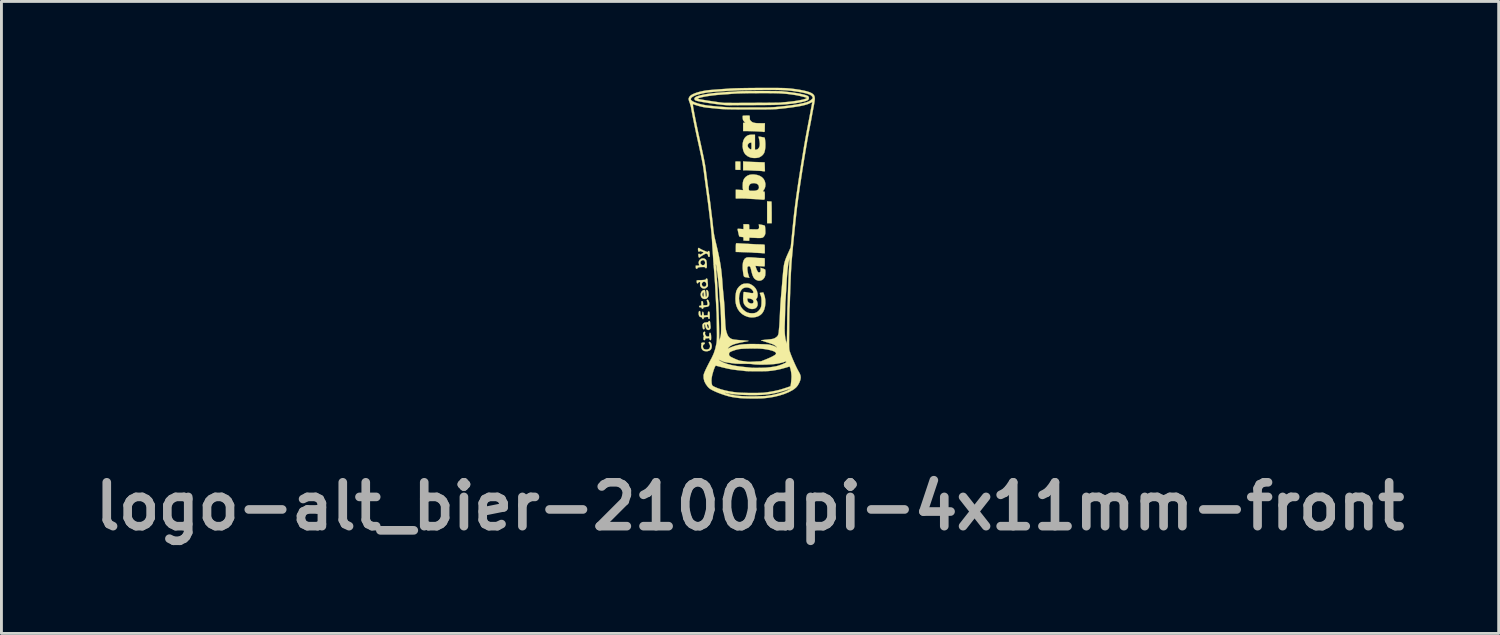
<source format=kicad_pcb>
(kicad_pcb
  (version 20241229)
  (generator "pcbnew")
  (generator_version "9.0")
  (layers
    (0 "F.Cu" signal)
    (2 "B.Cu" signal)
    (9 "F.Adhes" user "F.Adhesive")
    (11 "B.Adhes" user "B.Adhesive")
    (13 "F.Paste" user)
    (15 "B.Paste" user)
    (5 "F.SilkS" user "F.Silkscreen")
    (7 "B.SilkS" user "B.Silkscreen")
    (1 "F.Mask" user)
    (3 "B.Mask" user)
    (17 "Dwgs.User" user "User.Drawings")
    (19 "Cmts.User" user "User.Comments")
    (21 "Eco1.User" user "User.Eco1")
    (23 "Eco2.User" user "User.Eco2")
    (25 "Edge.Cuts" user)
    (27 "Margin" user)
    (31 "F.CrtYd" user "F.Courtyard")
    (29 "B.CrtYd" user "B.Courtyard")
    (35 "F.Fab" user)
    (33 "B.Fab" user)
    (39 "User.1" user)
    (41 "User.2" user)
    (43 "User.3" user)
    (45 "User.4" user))
  (footprint "logo-alt_bier-2100dpi-4x11mm-front"
    (layer "F.Cu")
    (at 23.062 5.393)
    (property "Reference" "logo-alt_bier-2100dpi-4x11mm-front" (at -0.05 9.15 0) (layer "F.Fab") (effects (font (size 1.524 1.524) (thickness 0.3))))
    (attr through_hole)
    (fp_poly (pts (xy 0.614 -1.444) (xy 0.653 -1.442) (xy 0.682 -1.441) (xy 0.692 -1.44) (xy 0.695 -1.428) (xy 0.697 -1.395) (xy 0.698 -1.344) (xy 0.7 -1.277) (xy 0.701 -1.197) (xy 0.701 -1.108) (xy 0.702 -1.064) (xy 0.702 -0.689) (xy 0.544 -0.689) (xy 0.544 -1.447) (xy 0.614 -1.444)) (stroke (width 0.01) (type solid)) (fill yes) (layer "F.SilkS"))
    (fp_poly (pts (xy -0.472 -2.832) (xy -0.387 -2.828) (xy -0.387 -2.54) (xy -0.472 -2.54) (xy -0.521 -2.542) (xy -0.549 -2.547) (xy -0.557 -2.555) (xy -0.557 -2.579) (xy -0.557 -2.619) (xy -0.558 -2.668) (xy -0.558 -2.719) (xy -0.558 -2.765) (xy -0.558 -2.801) (xy -0.557 -2.818) (xy -0.552 -2.828) (xy -0.536 -2.833) (xy -0.503 -2.833) (xy -0.472 -2.832)) (stroke (width 0.01) (type solid)) (fill yes) (layer "F.SilkS"))
    (fp_poly (pts (xy -0.178 -2.826) (xy -0.131 -2.823) (xy -0.066 -2.82) (xy 0.012 -2.817) (xy 0.097 -2.814) (xy 0.183 -2.811) (xy 0.194 -2.811) (xy 0.27 -2.808) (xy 0.338 -2.806) (xy 0.393 -2.804) (xy 0.433 -2.803) (xy 0.453 -2.802) (xy 0.455 -2.802) (xy 0.456 -2.79) (xy 0.458 -2.758) (xy 0.46 -2.712) (xy 0.462 -2.655) (xy 0.462 -2.646) (xy 0.467 -2.492) (xy 0.429 -2.492) (xy 0.401 -2.493) (xy 0.386 -2.497) (xy 0.385 -2.497) (xy 0.372 -2.5) (xy 0.339 -2.503) (xy 0.29 -2.506) (xy 0.23 -2.509) (xy 0.199 -2.51) (xy 0.13 -2.513) (xy 0.063 -2.516) (xy 0.007 -2.519) (xy -0.034 -2.521) (xy -0.042 -2.522) (xy -0.086 -2.524) (xy -0.141 -2.526) (xy -0.197 -2.527) (xy -0.29 -2.528) (xy -0.29 -2.834) (xy -0.178 -2.826)) (stroke (width 0.01) (type solid)) (fill yes) (layer "F.SilkS"))
    (fp_poly (pts (xy -1.455 3.437) (xy -1.427 3.454) (xy -1.403 3.487) (xy -1.386 3.532) (xy -1.379 3.58) (xy -1.379 3.583) (xy -1.388 3.651) (xy -1.414 3.704) (xy -1.459 3.739) (xy -1.52 3.758) (xy -1.566 3.762) (xy -1.628 3.756) (xy -1.673 3.74) (xy -1.677 3.738) (xy -1.713 3.704) (xy -1.738 3.656) (xy -1.749 3.604) (xy -1.745 3.563) (xy -1.739 3.531) (xy -1.742 3.508) (xy -1.743 3.506) (xy -1.746 3.485) (xy -1.728 3.469) (xy -1.692 3.46) (xy -1.674 3.459) (xy -1.64 3.461) (xy -1.625 3.468) (xy -1.621 3.483) (xy -1.621 3.484) (xy -1.632 3.508) (xy -1.65 3.519) (xy -1.676 3.54) (xy -1.688 3.574) (xy -1.688 3.614) (xy -1.675 3.652) (xy -1.651 3.681) (xy -1.641 3.687) (xy -1.589 3.703) (xy -1.536 3.702) (xy -1.489 3.686) (xy -1.469 3.671) (xy -1.446 3.633) (xy -1.438 3.584) (xy -1.447 3.535) (xy -1.465 3.503) (xy -1.481 3.473) (xy -1.481 3.45) (xy -1.468 3.437) (xy -1.455 3.437)) (stroke (width 0.01) (type solid)) (fill yes) (layer "F.SilkS"))
    (fp_poly (pts (xy -1.508 1.985) (xy -1.489 2.014) (xy -1.474 2.053) (xy -1.466 2.1) (xy -1.464 2.118) (xy -1.47 2.164) (xy -1.49 2.195) (xy -1.528 2.214) (xy -1.585 2.223) (xy -1.588 2.223) (xy -1.631 2.227) (xy -1.656 2.232) (xy -1.668 2.241) (xy -1.672 2.254) (xy -1.682 2.275) (xy -1.701 2.285) (xy -1.72 2.282) (xy -1.729 2.266) (xy -1.73 2.263) (xy -1.735 2.246) (xy -1.754 2.238) (xy -1.775 2.235) (xy -1.806 2.23) (xy -1.819 2.218) (xy -1.82 2.207) (xy -1.814 2.189) (xy -1.791 2.181) (xy -1.781 2.179) (xy -1.742 2.176) (xy -1.742 2.098) (xy -1.741 2.055) (xy -1.737 2.032) (xy -1.73 2.022) (xy -1.719 2.02) (xy -1.699 2.026) (xy -1.687 2.048) (xy -1.682 2.088) (xy -1.681 2.112) (xy -1.681 2.165) (xy -1.622 2.165) (xy -1.583 2.164) (xy -1.552 2.16) (xy -1.543 2.158) (xy -1.528 2.14) (xy -1.525 2.107) (xy -1.533 2.063) (xy -1.542 2.036) (xy -1.553 2) (xy -1.549 1.98) (xy -1.548 1.979) (xy -1.529 1.972) (xy -1.508 1.985)) (stroke (width 0.01) (type solid)) (fill yes) (layer "F.SilkS"))
    (fp_poly (pts (xy -1.621 1.641) (xy -1.611 1.668) (xy -1.605 1.715) (xy -1.602 1.754) (xy -1.597 1.805) (xy -1.592 1.845) (xy -1.587 1.869) (xy -1.583 1.875) (xy -1.571 1.865) (xy -1.559 1.849) (xy -1.552 1.818) (xy -1.553 1.77) (xy -1.562 1.702) (xy -1.568 1.671) (xy -1.571 1.644) (xy -1.565 1.634) (xy -1.547 1.635) (xy -1.523 1.65) (xy -1.505 1.685) (xy -1.493 1.736) (xy -1.489 1.788) (xy -1.497 1.848) (xy -1.523 1.896) (xy -1.561 1.93) (xy -1.608 1.946) (xy -1.661 1.943) (xy -1.696 1.928) (xy -1.734 1.895) (xy -1.757 1.849) (xy -1.766 1.796) (xy -1.764 1.779) (xy -1.711 1.779) (xy -1.71 1.806) (xy -1.7 1.832) (xy -1.684 1.865) (xy -1.671 1.873) (xy -1.662 1.858) (xy -1.657 1.82) (xy -1.657 1.797) (xy -1.659 1.747) (xy -1.666 1.718) (xy -1.677 1.712) (xy -1.692 1.73) (xy -1.7 1.747) (xy -1.711 1.779) (xy -1.764 1.779) (xy -1.76 1.743) (xy -1.74 1.695) (xy -1.705 1.658) (xy -1.694 1.651) (xy -1.659 1.635) (xy -1.636 1.631) (xy -1.621 1.641)) (stroke (width 0.01) (type solid)) (fill yes) (layer "F.SilkS"))
    (fp_poly (pts (xy -1.614 3.088) (xy -1.61 3.102) (xy -1.614 3.128) (xy -1.616 3.161) (xy -1.607 3.189) (xy -1.59 3.213) (xy -1.566 3.24) (xy -1.544 3.251) (xy -1.514 3.251) (xy -1.47 3.248) (xy -1.466 3.184) (xy -1.462 3.146) (xy -1.455 3.127) (xy -1.443 3.121) (xy -1.44 3.121) (xy -1.424 3.129) (xy -1.413 3.156) (xy -1.406 3.202) (xy -1.403 3.27) (xy -1.403 3.293) (xy -1.404 3.336) (xy -1.407 3.361) (xy -1.414 3.372) (xy -1.427 3.375) (xy -1.428 3.375) (xy -1.448 3.366) (xy -1.459 3.339) (xy -1.46 3.337) (xy -1.467 3.312) (xy -1.481 3.304) (xy -1.503 3.307) (xy -1.543 3.312) (xy -1.574 3.314) (xy -1.599 3.318) (xy -1.608 3.333) (xy -1.609 3.344) (xy -1.615 3.368) (xy -1.631 3.375) (xy -1.654 3.371) (xy -1.661 3.367) (xy -1.667 3.348) (xy -1.669 3.318) (xy -1.667 3.286) (xy -1.661 3.26) (xy -1.655 3.251) (xy -1.649 3.241) (xy -1.66 3.218) (xy -1.661 3.217) (xy -1.679 3.178) (xy -1.681 3.14) (xy -1.67 3.107) (xy -1.647 3.088) (xy -1.629 3.084) (xy -1.614 3.088)) (stroke (width 0.01) (type solid)) (fill yes) (layer "F.SilkS"))
    (fp_poly (pts (xy -0.479 0.01) (xy -0.433 0.013) (xy -0.421 0.014) (xy -0.373 0.017) (xy -0.309 0.021) (xy -0.235 0.025) (xy -0.158 0.029) (xy -0.128 0.03) (xy -0.059 0.034) (xy 0.004 0.037) (xy 0.056 0.04) (xy 0.092 0.042) (xy 0.103 0.043) (xy 0.129 0.045) (xy 0.173 0.047) (xy 0.229 0.048) (xy 0.291 0.05) (xy 0.294 0.05) (xy 0.352 0.051) (xy 0.402 0.054) (xy 0.438 0.058) (xy 0.455 0.063) (xy 0.455 0.063) (xy 0.458 0.079) (xy 0.46 0.114) (xy 0.462 0.163) (xy 0.462 0.216) (xy 0.462 0.357) (xy 0.431 0.358) (xy 0.406 0.358) (xy 0.396 0.356) (xy 0.383 0.354) (xy 0.351 0.351) (xy 0.303 0.348) (xy 0.245 0.345) (xy 0.223 0.344) (xy 0.159 0.341) (xy 0.102 0.338) (xy 0.057 0.335) (xy 0.029 0.332) (xy 0.025 0.332) (xy 0.004 0.33) (xy -0.036 0.328) (xy -0.093 0.325) (xy -0.163 0.323) (xy -0.24 0.32) (xy -0.275 0.319) (xy -0.544 0.311) (xy -0.544 0.162) (xy -0.543 0.092) (xy -0.54 0.042) (xy -0.535 0.015) (xy -0.531 0.01) (xy -0.514 0.009) (xy -0.479 0.01)) (stroke (width 0.01) (type solid)) (fill yes) (layer "F.SilkS"))
    (fp_poly (pts (xy -0.086 -4.428) (xy -0.082 -4.428) (xy -0.07 -4.423) (xy -0.063 -4.409) (xy -0.061 -4.377) (xy -0.06 -4.353) (xy -0.059 -4.31) (xy -0.053 -4.282) (xy -0.039 -4.259) (xy -0.015 -4.234) (xy 0.016 -4.207) (xy 0.052 -4.188) (xy 0.098 -4.175) (xy 0.156 -4.166) (xy 0.231 -4.162) (xy 0.312 -4.161) (xy 0.466 -4.161) (xy 0.463 -4.037) (xy 0.462 -3.982) (xy 0.461 -3.933) (xy 0.461 -3.898) (xy 0.46 -3.886) (xy 0.453 -3.864) (xy 0.431 -3.858) (xy 0.407 -3.86) (xy 0.398 -3.863) (xy 0.385 -3.866) (xy 0.351 -3.869) (xy 0.301 -3.872) (xy 0.239 -3.875) (xy 0.168 -3.879) (xy 0.094 -3.882) (xy 0.019 -3.885) (xy -0.052 -3.887) (xy -0.116 -3.888) (xy -0.166 -3.889) (xy -0.29 -3.889) (xy -0.29 -4.031) (xy -0.29 -4.173) (xy -0.213 -4.173) (xy -0.244 -4.206) (xy -0.27 -4.237) (xy -0.289 -4.266) (xy -0.29 -4.268) (xy -0.298 -4.293) (xy -0.303 -4.329) (xy -0.306 -4.368) (xy -0.306 -4.401) (xy -0.302 -4.419) (xy -0.301 -4.42) (xy -0.288 -4.422) (xy -0.257 -4.424) (xy -0.215 -4.426) (xy -0.168 -4.428) (xy -0.123 -4.428) (xy -0.086 -4.428)) (stroke (width 0.01) (type solid)) (fill yes) (layer "F.SilkS"))
    (fp_poly (pts (xy -1.452 2.713) (xy -1.444 2.726) (xy -1.438 2.755) (xy -1.435 2.785) (xy -1.43 2.835) (xy -1.424 2.883) (xy -1.42 2.909) (xy -1.422 2.956) (xy -1.439 2.993) (xy -1.468 3.016) (xy -1.502 3.024) (xy -1.538 3.012) (xy -1.558 2.996) (xy -1.586 2.952) (xy -1.604 2.897) (xy -1.609 2.852) (xy -1.611 2.838) (xy -1.548 2.838) (xy -1.545 2.871) (xy -1.545 2.873) (xy -1.536 2.914) (xy -1.522 2.944) (xy -1.506 2.96) (xy -1.491 2.96) (xy -1.48 2.941) (xy -1.478 2.93) (xy -1.48 2.9) (xy -1.491 2.865) (xy -1.508 2.836) (xy -1.526 2.819) (xy -1.531 2.818) (xy -1.543 2.822) (xy -1.548 2.838) (xy -1.611 2.838) (xy -1.612 2.829) (xy -1.624 2.825) (xy -1.628 2.826) (xy -1.64 2.836) (xy -1.643 2.857) (xy -1.64 2.89) (xy -1.635 2.929) (xy -1.631 2.961) (xy -1.63 2.969) (xy -1.635 2.99) (xy -1.653 2.997) (xy -1.672 2.995) (xy -1.685 2.979) (xy -1.692 2.955) (xy -1.705 2.885) (xy -1.699 2.831) (xy -1.674 2.792) (xy -1.631 2.768) (xy -1.568 2.758) (xy -1.554 2.758) (xy -1.52 2.755) (xy -1.502 2.746) (xy -1.496 2.734) (xy -1.481 2.713) (xy -1.466 2.709) (xy -1.452 2.713)) (stroke (width 0.01) (type solid)) (fill yes) (layer "F.SilkS"))
    (fp_poly (pts (xy -1.789 2.369) (xy -1.78 2.396) (xy -1.778 2.427) (xy -1.773 2.477) (xy -1.76 2.512) (xy -1.74 2.527) (xy -1.736 2.528) (xy -1.725 2.52) (xy -1.718 2.493) (xy -1.715 2.458) (xy -1.711 2.417) (xy -1.704 2.395) (xy -1.693 2.389) (xy -1.68 2.399) (xy -1.669 2.431) (xy -1.664 2.453) (xy -1.653 2.517) (xy -1.586 2.513) (xy -1.518 2.51) (xy -1.514 2.446) (xy -1.511 2.408) (xy -1.504 2.389) (xy -1.492 2.383) (xy -1.488 2.383) (xy -1.473 2.386) (xy -1.462 2.399) (xy -1.455 2.424) (xy -1.452 2.467) (xy -1.451 2.529) (xy -1.452 2.58) (xy -1.454 2.612) (xy -1.458 2.629) (xy -1.466 2.636) (xy -1.476 2.637) (xy -1.495 2.629) (xy -1.5 2.607) (xy -1.502 2.585) (xy -1.512 2.573) (xy -1.535 2.569) (xy -1.576 2.571) (xy -1.588 2.573) (xy -1.627 2.578) (xy -1.648 2.585) (xy -1.657 2.597) (xy -1.659 2.611) (xy -1.67 2.639) (xy -1.686 2.647) (xy -1.703 2.634) (xy -1.711 2.613) (xy -1.721 2.587) (xy -1.74 2.577) (xy -1.753 2.576) (xy -1.786 2.568) (xy -1.808 2.552) (xy -1.824 2.521) (xy -1.834 2.478) (xy -1.836 2.433) (xy -1.831 2.394) (xy -1.823 2.378) (xy -1.804 2.362) (xy -1.789 2.369)) (stroke (width 0.01) (type solid)) (fill yes) (layer "F.SilkS"))
    (fp_poly (pts (xy -1.652 0.538) (xy -1.607 0.559) (xy -1.577 0.591) (xy -1.567 0.617) (xy -1.56 0.658) (xy -1.555 0.708) (xy -1.552 0.761) (xy -1.552 0.81) (xy -1.556 0.848) (xy -1.562 0.867) (xy -1.582 0.876) (xy -1.601 0.869) (xy -1.609 0.851) (xy -1.615 0.842) (xy -1.638 0.836) (xy -1.68 0.835) (xy -1.686 0.835) (xy -1.767 0.837) (xy -1.824 0.843) (xy -1.86 0.854) (xy -1.874 0.869) (xy -1.875 0.873) (xy -1.884 0.89) (xy -1.905 0.896) (xy -1.927 0.888) (xy -1.927 0.887) (xy -1.932 0.871) (xy -1.935 0.84) (xy -1.935 0.833) (xy -1.935 0.786) (xy -1.873 0.786) (xy -1.837 0.785) (xy -1.82 0.781) (xy -1.816 0.771) (xy -1.819 0.759) (xy -1.831 0.71) (xy -1.834 0.683) (xy -1.778 0.683) (xy -1.768 0.718) (xy -1.741 0.75) (xy -1.708 0.77) (xy -1.688 0.774) (xy -1.656 0.766) (xy -1.633 0.75) (xy -1.614 0.716) (xy -1.611 0.674) (xy -1.623 0.633) (xy -1.649 0.602) (xy -1.65 0.602) (xy -1.682 0.593) (xy -1.718 0.602) (xy -1.75 0.625) (xy -1.772 0.656) (xy -1.778 0.683) (xy -1.834 0.683) (xy -1.834 0.674) (xy -1.828 0.642) (xy -1.822 0.625) (xy -1.792 0.579) (xy -1.75 0.549) (xy -1.702 0.535) (xy -1.652 0.538)) (stroke (width 0.01) (type solid)) (fill yes) (layer "F.SilkS"))
    (fp_poly (pts (xy -1.541 1.242) (xy -1.532 1.257) (xy -1.527 1.288) (xy -1.526 1.3) (xy -1.523 1.349) (xy -1.518 1.405) (xy -1.516 1.43) (xy -1.513 1.471) (xy -1.517 1.497) (xy -1.529 1.518) (xy -1.552 1.542) (xy -1.6 1.575) (xy -1.651 1.585) (xy -1.706 1.571) (xy -1.725 1.56) (xy -1.766 1.521) (xy -1.786 1.469) (xy -1.786 1.43) (xy -1.73 1.43) (xy -1.72 1.471) (xy -1.696 1.502) (xy -1.664 1.52) (xy -1.628 1.521) (xy -1.595 1.504) (xy -1.59 1.499) (xy -1.571 1.464) (xy -1.569 1.424) (xy -1.581 1.386) (xy -1.605 1.357) (xy -1.638 1.343) (xy -1.645 1.343) (xy -1.679 1.353) (xy -1.71 1.38) (xy -1.728 1.415) (xy -1.73 1.43) (xy -1.786 1.43) (xy -1.786 1.409) (xy -1.782 1.376) (xy -1.785 1.36) (xy -1.798 1.355) (xy -1.81 1.355) (xy -1.838 1.363) (xy -1.847 1.379) (xy -1.861 1.399) (xy -1.875 1.403) (xy -1.891 1.395) (xy -1.9 1.37) (xy -1.902 1.358) (xy -1.904 1.326) (xy -1.903 1.305) (xy -1.903 1.303) (xy -1.889 1.298) (xy -1.858 1.295) (xy -1.834 1.294) (xy -1.788 1.293) (xy -1.731 1.29) (xy -1.677 1.286) (xy -1.63 1.282) (xy -1.602 1.276) (xy -1.588 1.269) (xy -1.585 1.257) (xy -1.584 1.255) (xy -1.578 1.238) (xy -1.557 1.236) (xy -1.541 1.242)) (stroke (width 0.01) (type solid)) (fill yes) (layer "F.SilkS"))
    (fp_poly (pts (xy -1.818 0.174) (xy -1.806 0.186) (xy -1.792 0.196) (xy -1.761 0.213) (xy -1.719 0.234) (xy -1.67 0.257) (xy -1.621 0.278) (xy -1.577 0.297) (xy -1.543 0.31) (xy -1.525 0.314) (xy -1.513 0.305) (xy -1.512 0.296) (xy -1.502 0.281) (xy -1.489 0.278) (xy -1.471 0.287) (xy -1.459 0.315) (xy -1.453 0.363) (xy -1.451 0.42) (xy -1.452 0.457) (xy -1.456 0.476) (xy -1.466 0.482) (xy -1.479 0.482) (xy -1.498 0.474) (xy -1.507 0.452) (xy -1.51 0.434) (xy -1.516 0.401) (xy -1.534 0.382) (xy -1.549 0.375) (xy -1.567 0.369) (xy -1.585 0.369) (xy -1.608 0.377) (xy -1.641 0.394) (xy -1.682 0.418) (xy -1.726 0.445) (xy -1.761 0.469) (xy -1.782 0.486) (xy -1.786 0.492) (xy -1.802 0.506) (xy -1.814 0.508) (xy -1.829 0.501) (xy -1.838 0.479) (xy -1.843 0.452) (xy -1.846 0.417) (xy -1.845 0.391) (xy -1.844 0.386) (xy -1.826 0.375) (xy -1.805 0.381) (xy -1.795 0.393) (xy -1.787 0.401) (xy -1.771 0.399) (xy -1.742 0.385) (xy -1.731 0.379) (xy -1.691 0.355) (xy -1.67 0.339) (xy -1.669 0.327) (xy -1.685 0.316) (xy -1.712 0.304) (xy -1.76 0.285) (xy -1.79 0.279) (xy -1.802 0.287) (xy -1.802 0.29) (xy -1.812 0.3) (xy -1.825 0.302) (xy -1.842 0.296) (xy -1.852 0.272) (xy -1.855 0.255) (xy -1.858 0.219) (xy -1.856 0.192) (xy -1.855 0.188) (xy -1.839 0.171) (xy -1.818 0.174)) (stroke (width 0.01) (type solid)) (fill yes) (layer "F.SilkS"))
    (fp_poly (pts (xy -0.128 -0.652) (xy -0.096 -0.647) (xy -0.084 -0.64) (xy -0.083 -0.638) (xy -0.082 -0.618) (xy -0.081 -0.583) (xy -0.08 -0.55) (xy -0.079 -0.478) (xy 0.071 -0.474) (xy 0.135 -0.473) (xy 0.179 -0.473) (xy 0.209 -0.476) (xy 0.228 -0.481) (xy 0.242 -0.49) (xy 0.244 -0.492) (xy 0.258 -0.509) (xy 0.264 -0.53) (xy 0.263 -0.565) (xy 0.262 -0.581) (xy 0.255 -0.648) (xy 0.357 -0.631) (xy 0.416 -0.618) (xy 0.452 -0.606) (xy 0.466 -0.594) (xy 0.47 -0.574) (xy 0.474 -0.536) (xy 0.478 -0.486) (xy 0.48 -0.448) (xy 0.482 -0.389) (xy 0.482 -0.348) (xy 0.478 -0.318) (xy 0.47 -0.292) (xy 0.458 -0.266) (xy 0.437 -0.231) (xy 0.415 -0.206) (xy 0.387 -0.188) (xy 0.349 -0.178) (xy 0.298 -0.173) (xy 0.229 -0.173) (xy 0.163 -0.176) (xy 0.097 -0.179) (xy 0.037 -0.181) (xy -0.011 -0.184) (xy -0.042 -0.185) (xy -0.048 -0.186) (xy -0.067 -0.185) (xy -0.076 -0.174) (xy -0.079 -0.148) (xy -0.08 -0.133) (xy -0.081 -0.079) (xy -0.128 -0.079) (xy -0.173 -0.079) (xy -0.221 -0.082) (xy -0.227 -0.082) (xy -0.278 -0.086) (xy -0.278 -0.146) (xy -0.28 -0.182) (xy -0.286 -0.201) (xy -0.298 -0.206) (xy -0.299 -0.206) (xy -0.335 -0.209) (xy -0.373 -0.214) (xy -0.405 -0.221) (xy -0.424 -0.227) (xy -0.424 -0.228) (xy -0.429 -0.242) (xy -0.438 -0.273) (xy -0.448 -0.316) (xy -0.459 -0.364) (xy -0.47 -0.412) (xy -0.478 -0.452) (xy -0.483 -0.48) (xy -0.484 -0.487) (xy -0.473 -0.491) (xy -0.443 -0.492) (xy -0.4 -0.49) (xy -0.381 -0.489) (xy -0.278 -0.481) (xy -0.278 -0.653) (xy -0.181 -0.653) (xy -0.128 -0.652)) (stroke (width 0.01) (type solid)) (fill yes) (layer "F.SilkS"))
    (fp_poly (pts (xy 0.082 -3.763) (xy 0.121 -3.762) (xy 0.121 -3.242) (xy 0.156 -3.242) (xy 0.191 -3.249) (xy 0.221 -3.265) (xy 0.26 -3.31) (xy 0.283 -3.37) (xy 0.289 -3.446) (xy 0.279 -3.539) (xy 0.267 -3.598) (xy 0.257 -3.643) (xy 0.249 -3.678) (xy 0.247 -3.696) (xy 0.247 -3.698) (xy 0.259 -3.697) (xy 0.288 -3.693) (xy 0.328 -3.687) (xy 0.371 -3.679) (xy 0.411 -3.672) (xy 0.442 -3.665) (xy 0.455 -3.661) (xy 0.455 -3.661) (xy 0.462 -3.643) (xy 0.469 -3.606) (xy 0.475 -3.556) (xy 0.48 -3.498) (xy 0.483 -3.437) (xy 0.483 -3.43) (xy 0.481 -3.326) (xy 0.469 -3.233) (xy 0.45 -3.157) (xy 0.435 -3.12) (xy 0.397 -3.067) (xy 0.344 -3.019) (xy 0.283 -2.982) (xy 0.249 -2.969) (xy 0.179 -2.956) (xy 0.098 -2.952) (xy 0.019 -2.959) (xy -0.045 -2.974) (xy -0.133 -3.014) (xy -0.203 -3.069) (xy -0.255 -3.139) (xy -0.289 -3.226) (xy -0.306 -3.329) (xy -0.308 -3.357) (xy -0.307 -3.368) (xy -0.133 -3.368) (xy -0.114 -3.322) (xy -0.092 -3.295) (xy -0.062 -3.27) (xy -0.035 -3.255) (xy -0.025 -3.254) (xy -0.014 -3.255) (xy -0.007 -3.262) (xy -0.002 -3.279) (xy -0.000487 -3.311) (xy -0.000009 -3.362) (xy 0 -3.376) (xy -0.000433 -3.431) (xy -0.002 -3.467) (xy -0.006 -3.486) (xy -0.012 -3.492) (xy -0.019 -3.491) (xy -0.047 -3.484) (xy -0.056 -3.483) (xy -0.076 -3.475) (xy -0.101 -3.456) (xy -0.103 -3.454) (xy -0.13 -3.413) (xy -0.133 -3.368) (xy -0.307 -3.368) (xy -0.304 -3.467) (xy -0.282 -3.562) (xy -0.242 -3.64) (xy -0.204 -3.685) (xy -0.16 -3.721) (xy -0.112 -3.745) (xy -0.054 -3.759) (xy 0.019 -3.764) (xy 0.082 -3.763)) (stroke (width 0.01) (type solid)) (fill yes) (layer "F.SilkS"))
    (fp_poly (pts (xy 0.09 -2.38) (xy 0.196 -2.364) (xy 0.288 -2.332) (xy 0.364 -2.285) (xy 0.422 -2.224) (xy 0.462 -2.15) (xy 0.482 -2.064) (xy 0.484 -2.026) (xy 0.476 -1.949) (xy 0.453 -1.883) (xy 0.421 -1.835) (xy 0.401 -1.807) (xy 0.399 -1.792) (xy 0.416 -1.788) (xy 0.431 -1.789) (xy 0.445 -1.787) (xy 0.454 -1.774) (xy 0.459 -1.747) (xy 0.462 -1.702) (xy 0.462 -1.637) (xy 0.462 -1.634) (xy 0.462 -1.578) (xy 0.46 -1.539) (xy 0.452 -1.516) (xy 0.434 -1.505) (xy 0.402 -1.504) (xy 0.353 -1.508) (xy 0.308 -1.512) (xy 0.261 -1.516) (xy 0.196 -1.521) (xy 0.122 -1.525) (xy 0.046 -1.529) (xy 0.024 -1.53) (xy -0.042 -1.534) (xy -0.1 -1.537) (xy -0.146 -1.54) (xy -0.175 -1.542) (xy -0.181 -1.543) (xy -0.2 -1.544) (xy -0.237 -1.545) (xy -0.289 -1.546) (xy -0.35 -1.547) (xy -0.372 -1.547) (xy -0.544 -1.548) (xy -0.544 -1.853) (xy -0.416 -1.845) (xy -0.288 -1.836) (xy -0.296 -1.863) (xy -0.3 -1.886) (xy -0.303 -1.921) (xy -0.097 -1.921) (xy -0.095 -1.87) (xy -0.088 -1.839) (xy -0.072 -1.822) (xy -0.043 -1.814) (xy -0.008 -1.812) (xy 0.087 -1.812) (xy 0.16 -1.822) (xy 0.212 -1.843) (xy 0.229 -1.856) (xy 0.251 -1.886) (xy 0.259 -1.923) (xy 0.26 -1.94) (xy 0.25 -1.995) (xy 0.219 -2.037) (xy 0.17 -2.065) (xy 0.104 -2.079) (xy 0.072 -2.08) (xy 0.004 -2.072) (xy -0.047 -2.046) (xy -0.08 -2.004) (xy -0.095 -1.946) (xy -0.097 -1.921) (xy -0.303 -1.921) (xy -0.303 -1.927) (xy -0.305 -1.978) (xy -0.305 -2.007) (xy -0.3 -2.097) (xy -0.285 -2.169) (xy -0.257 -2.229) (xy -0.215 -2.281) (xy -0.196 -2.299) (xy -0.133 -2.343) (xy -0.061 -2.37) (xy 0.024 -2.381) (xy 0.09 -2.38)) (stroke (width 0.01) (type solid)) (fill yes) (layer "F.SilkS"))
    (fp_poly (pts (xy -0.035 0.5) (xy 0.011 0.502) (xy 0.069 0.506) (xy 0.118 0.509) (xy 0.154 0.512) (xy 0.17 0.515) (xy 0.17 0.515) (xy 0.184 0.517) (xy 0.218 0.519) (xy 0.265 0.521) (xy 0.318 0.522) (xy 0.38 0.524) (xy 0.421 0.526) (xy 0.446 0.53) (xy 0.458 0.537) (xy 0.46 0.544) (xy 0.461 0.563) (xy 0.461 0.601) (xy 0.461 0.65) (xy 0.461 0.689) (xy 0.46 0.746) (xy 0.459 0.783) (xy 0.455 0.804) (xy 0.449 0.813) (xy 0.439 0.814) (xy 0.439 0.814) (xy 0.419 0.813) (xy 0.381 0.81) (xy 0.329 0.807) (xy 0.277 0.804) (xy 0.136 0.795) (xy 0.165 0.885) (xy 0.183 0.932) (xy 0.204 0.974) (xy 0.222 1.002) (xy 0.224 1.003) (xy 0.246 1.022) (xy 0.266 1.025) (xy 0.284 1.018) (xy 0.302 1.007) (xy 0.313 0.989) (xy 0.317 0.959) (xy 0.316 0.912) (xy 0.316 0.905) (xy 0.313 0.86) (xy 0.389 0.885) (xy 0.43 0.9) (xy 0.461 0.915) (xy 0.475 0.924) (xy 0.48 0.945) (xy 0.483 0.983) (xy 0.483 1.03) (xy 0.481 1.079) (xy 0.477 1.124) (xy 0.471 1.152) (xy 0.446 1.207) (xy 0.406 1.256) (xy 0.363 1.288) (xy 0.297 1.31) (xy 0.231 1.308) (xy 0.172 1.287) (xy 0.129 1.261) (xy 0.094 1.228) (xy 0.065 1.183) (xy 0.039 1.125) (xy 0.015 1.049) (xy -0.006 0.962) (xy -0.017 0.914) (xy -0.029 0.871) (xy -0.038 0.844) (xy -0.059 0.813) (xy -0.088 0.803) (xy -0.119 0.815) (xy -0.123 0.818) (xy -0.136 0.833) (xy -0.143 0.851) (xy -0.144 0.879) (xy -0.142 0.924) (xy -0.142 0.931) (xy -0.134 0.99) (xy -0.121 1.057) (xy -0.105 1.117) (xy -0.074 1.212) (xy -0.101 1.205) (xy -0.128 1.2) (xy -0.168 1.194) (xy -0.191 1.19) (xy -0.222 1.186) (xy -0.244 1.178) (xy -0.26 1.163) (xy -0.271 1.138) (xy -0.28 1.098) (xy -0.289 1.039) (xy -0.293 1.007) (xy -0.306 0.877) (xy -0.306 0.765) (xy -0.294 0.672) (xy -0.269 0.599) (xy -0.233 0.545) (xy -0.185 0.512) (xy -0.161 0.504) (xy -0.131 0.5) (xy -0.091 0.498) (xy -0.035 0.5)) (stroke (width 0.01) (type solid)) (fill yes) (layer "F.SilkS"))
    (fp_poly (pts (xy -0.123 1.41) (xy -0.086 1.415) (xy -0.052 1.426) (xy -0.013 1.445) (xy -0.002 1.451) (xy 0.08 1.508) (xy 0.144 1.581) (xy 0.189 1.667) (xy 0.212 1.76) (xy 0.214 1.815) (xy 0.207 1.867) (xy 0.192 1.91) (xy 0.172 1.936) (xy 0.17 1.937) (xy 0.157 1.948) (xy 0.157 1.96) (xy 0.169 1.981) (xy 0.176 1.992) (xy 0.203 2.049) (xy 0.214 2.114) (xy 0.208 2.175) (xy 0.206 2.182) (xy 0.178 2.233) (xy 0.134 2.269) (xy 0.079 2.289) (xy 0.017 2.295) (xy -0.049 2.285) (xy -0.115 2.259) (xy -0.177 2.218) (xy -0.195 2.202) (xy -0.234 2.159) (xy -0.261 2.112) (xy -0.278 2.057) (xy -0.287 1.989) (xy -0.288 1.958) (xy -0.145 1.958) (xy -0.139 1.998) (xy -0.126 2.034) (xy -0.099 2.067) (xy -0.06 2.09) (xy -0.017 2.102) (xy 0.024 2.101) (xy 0.054 2.086) (xy 0.071 2.053) (xy 0.069 2.016) (xy 0.048 1.981) (xy 0.014 1.954) (xy -0.019 1.942) (xy -0.062 1.932) (xy -0.083 1.928) (xy -0.145 1.92) (xy -0.145 1.958) (xy -0.288 1.958) (xy -0.289 1.905) (xy -0.287 1.859) (xy -0.284 1.802) (xy -0.279 1.753) (xy -0.274 1.719) (xy -0.27 1.704) (xy -0.254 1.702) (xy -0.22 1.705) (xy -0.173 1.712) (xy -0.139 1.718) (xy -0.06 1.733) (xy -0.003 1.741) (xy 0.036 1.742) (xy 0.058 1.734) (xy 0.066 1.718) (xy 0.063 1.694) (xy 0.059 1.682) (xy 0.026 1.628) (xy -0.023 1.587) (xy -0.084 1.558) (xy -0.151 1.545) (xy -0.22 1.548) (xy -0.284 1.57) (xy -0.29 1.573) (xy -0.34 1.615) (xy -0.38 1.674) (xy -0.41 1.749) (xy -0.428 1.833) (xy -0.434 1.925) (xy -0.427 2.019) (xy -0.408 2.112) (xy -0.38 2.19) (xy -0.338 2.26) (xy -0.279 2.326) (xy -0.211 2.38) (xy -0.14 2.418) (xy -0.139 2.418) (xy -0.069 2.436) (xy 0.01 2.443) (xy 0.087 2.439) (xy 0.135 2.429) (xy 0.193 2.401) (xy 0.248 2.355) (xy 0.295 2.297) (xy 0.311 2.27) (xy 0.326 2.236) (xy 0.336 2.203) (xy 0.343 2.162) (xy 0.347 2.108) (xy 0.348 2.078) (xy 0.349 1.986) (xy 0.343 1.911) (xy 0.328 1.844) (xy 0.306 1.787) (xy 0.295 1.758) (xy 0.291 1.739) (xy 0.291 1.737) (xy 0.305 1.733) (xy 0.335 1.727) (xy 0.352 1.725) (xy 0.408 1.717) (xy 0.432 1.774) (xy 0.464 1.874) (xy 0.481 1.984) (xy 0.483 2.097) (xy 0.47 2.208) (xy 0.443 2.309) (xy 0.418 2.368) (xy 0.387 2.42) (xy 0.356 2.46) (xy 0.315 2.496) (xy 0.3 2.508) (xy 0.231 2.547) (xy 0.148 2.573) (xy 0.056 2.586) (xy -0.038 2.584) (xy -0.118 2.57) (xy -0.23 2.528) (xy -0.329 2.467) (xy -0.412 2.388) (xy -0.477 2.294) (xy -0.524 2.186) (xy -0.547 2.091) (xy -0.555 2.016) (xy -0.558 1.931) (xy -0.554 1.844) (xy -0.545 1.761) (xy -0.532 1.691) (xy -0.521 1.655) (xy -0.481 1.578) (xy -0.424 1.509) (xy -0.356 1.455) (xy -0.334 1.442) (xy -0.296 1.425) (xy -0.258 1.415) (xy -0.213 1.411) (xy -0.175 1.41) (xy -0.123 1.41)) (stroke (width 0.01) (type solid)) (fill yes) (layer "F.SilkS"))
    (fp_poly (pts (xy 0.5 -5.28) (xy 0.613 -5.28) (xy 0.719 -5.279) (xy 0.815 -5.278) (xy 0.899 -5.277) (xy 0.967 -5.276) (xy 1.017 -5.274) (xy 1.046 -5.273) (xy 1.214 -5.254) (xy 1.359 -5.237) (xy 1.482 -5.22) (xy 1.584 -5.205) (xy 1.666 -5.191) (xy 1.705 -5.182) (xy 1.797 -5.161) (xy 1.867 -5.142) (xy 1.919 -5.125) (xy 1.956 -5.108) (xy 1.979 -5.09) (xy 1.991 -5.07) (xy 1.995 -5.046) (xy 1.996 -5.038) (xy 1.991 -5.007) (xy 1.976 -4.982) (xy 1.947 -4.959) (xy 1.902 -4.939) (xy 1.84 -4.92) (xy 1.758 -4.9) (xy 1.697 -4.888) (xy 1.627 -4.874) (xy 1.559 -4.862) (xy 1.5 -4.853) (xy 1.455 -4.846) (xy 1.445 -4.845) (xy 1.399 -4.841) (xy 1.34 -4.834) (xy 1.277 -4.828) (xy 1.258 -4.826) (xy 1.194 -4.819) (xy 1.127 -4.814) (xy 1.056 -4.809) (xy 0.979 -4.805) (xy 0.893 -4.801) (xy 0.797 -4.798) (xy 0.687 -4.796) (xy 0.562 -4.794) (xy 0.42 -4.793) (xy 0.259 -4.792) (xy 0.075 -4.791) (xy 0.043 -4.791) (xy -0.091 -4.791) (xy -0.218 -4.79) (xy -0.336 -4.79) (xy -0.444 -4.789) (xy -0.538 -4.788) (xy -0.617 -4.787) (xy -0.679 -4.787) (xy -0.721 -4.786) (xy -0.742 -4.785) (xy -0.743 -4.785) (xy -0.765 -4.784) (xy -0.805 -4.785) (xy -0.857 -4.788) (xy -0.901 -4.791) (xy -0.978 -4.798) (xy -1.069 -4.808) (xy -1.17 -4.82) (xy -1.278 -4.834) (xy -1.389 -4.85) (xy -1.499 -4.866) (xy -1.604 -4.883) (xy -1.701 -4.899) (xy -1.785 -4.914) (xy -1.854 -4.928) (xy -1.903 -4.94) (xy -1.908 -4.941) (xy -1.947 -4.955) (xy -1.969 -4.97) (xy -1.979 -4.99) (xy -1.979 -4.992) (xy -1.98 -5.014) (xy -1.871 -5.014) (xy -1.855 -5.007) (xy -1.834 -5.002) (xy -1.791 -4.993) (xy -1.732 -4.983) (xy -1.659 -4.97) (xy -1.576 -4.956) (xy -1.486 -4.942) (xy -1.393 -4.928) (xy -1.299 -4.914) (xy -1.21 -4.901) (xy -1.128 -4.889) (xy -1.056 -4.88) (xy -0.998 -4.873) (xy -0.974 -4.87) (xy -0.952 -4.869) (xy -0.908 -4.868) (xy -0.846 -4.868) (xy -0.766 -4.868) (xy -0.672 -4.867) (xy -0.565 -4.867) (xy -0.448 -4.867) (xy -0.322 -4.868) (xy -0.192 -4.868) (xy -0.057 -4.868) (xy 0.078 -4.869) (xy 0.213 -4.87) (xy 0.344 -4.87) (xy 0.47 -4.871) (xy 0.588 -4.872) (xy 0.696 -4.873) (xy 0.792 -4.874) (xy 0.873 -4.875) (xy 0.938 -4.876) (xy 0.983 -4.877) (xy 1.007 -4.878) (xy 1.01 -4.878) (xy 1.04 -4.882) (xy 1.084 -4.887) (xy 1.135 -4.892) (xy 1.143 -4.892) (xy 1.258 -4.902) (xy 1.371 -4.914) (xy 1.479 -4.928) (xy 1.581 -4.944) (xy 1.673 -4.96) (xy 1.754 -4.976) (xy 1.821 -4.993) (xy 1.873 -5.009) (xy 1.906 -5.024) (xy 1.918 -5.037) (xy 1.915 -5.044) (xy 1.898 -5.052) (xy 1.862 -5.064) (xy 1.811 -5.078) (xy 1.749 -5.093) (xy 1.683 -5.109) (xy 1.615 -5.123) (xy 1.551 -5.136) (xy 1.494 -5.145) (xy 1.494 -5.145) (xy 1.397 -5.159) (xy 1.307 -5.171) (xy 1.222 -5.181) (xy 1.139 -5.188) (xy 1.053 -5.194) (xy 0.961 -5.199) (xy 0.86 -5.202) (xy 0.747 -5.205) (xy 0.617 -5.206) (xy 0.468 -5.207) (xy 0.399 -5.207) (xy 0.226 -5.206) (xy 0.061 -5.205) (xy -0.094 -5.204) (xy -0.238 -5.201) (xy -0.368 -5.198) (xy -0.481 -5.195) (xy -0.576 -5.191) (xy -0.651 -5.186) (xy -0.695 -5.183) (xy -0.731 -5.179) (xy -0.776 -5.175) (xy -0.834 -5.17) (xy -0.907 -5.165) (xy -0.999 -5.159) (xy -1.089 -5.152) (xy -1.204 -5.143) (xy -1.321 -5.13) (xy -1.437 -5.115) (xy -1.548 -5.099) (xy -1.65 -5.081) (xy -1.738 -5.062) (xy -1.808 -5.043) (xy -1.845 -5.031) (xy -1.868 -5.021) (xy -1.871 -5.014) (xy -1.98 -5.014) (xy -1.981 -5.022) (xy -1.968 -5.049) (xy -1.938 -5.073) (xy -1.889 -5.096) (xy -1.82 -5.119) (xy -1.76 -5.135) (xy -1.671 -5.154) (xy -1.563 -5.174) (xy -1.443 -5.192) (xy -1.316 -5.208) (xy -1.187 -5.221) (xy -1.063 -5.23) (xy -1.034 -5.232) (xy -0.977 -5.236) (xy -0.93 -5.239) (xy -0.897 -5.242) (xy -0.883 -5.244) (xy -0.883 -5.244) (xy -0.869 -5.246) (xy -0.836 -5.248) (xy -0.787 -5.251) (xy -0.727 -5.254) (xy -0.695 -5.255) (xy -0.629 -5.259) (xy -0.569 -5.262) (xy -0.522 -5.266) (xy -0.491 -5.269) (xy -0.484 -5.27) (xy -0.463 -5.272) (xy -0.42 -5.273) (xy -0.358 -5.275) (xy -0.28 -5.276) (xy -0.189 -5.278) (xy -0.086 -5.278) (xy 0.025 -5.279) (xy 0.142 -5.28) (xy 0.261 -5.28) (xy 0.382 -5.28) (xy 0.5 -5.28)) (stroke (width 0.01) (type solid)) (fill yes) (layer "F.SilkS"))
    (fp_poly (pts (xy 0.737 -5.388) (xy 0.86 -5.387) (xy 0.97 -5.386) (xy 1.065 -5.384) (xy 1.144 -5.382) (xy 1.202 -5.379) (xy 1.21 -5.379) (xy 1.372 -5.365) (xy 1.533 -5.345) (xy 1.687 -5.321) (xy 1.827 -5.293) (xy 1.924 -5.269) (xy 2.018 -5.239) (xy 2.09 -5.207) (xy 2.142 -5.171) (xy 2.176 -5.128) (xy 2.195 -5.077) (xy 2.201 -5.016) (xy 2.201 -5.015) (xy 2.199 -4.982) (xy 2.193 -4.931) (xy 2.183 -4.866) (xy 2.17 -4.792) (xy 2.155 -4.713) (xy 2.153 -4.703) (xy 2.137 -4.619) (xy 2.121 -4.536) (xy 2.107 -4.458) (xy 2.095 -4.391) (xy 2.086 -4.342) (xy 2.086 -4.342) (xy 2.078 -4.295) (xy 2.066 -4.231) (xy 2.051 -4.153) (xy 2.034 -4.068) (xy 2.017 -3.981) (xy 2.012 -3.955) (xy 1.989 -3.838) (xy 1.964 -3.699) (xy 1.936 -3.543) (xy 1.907 -3.371) (xy 1.876 -3.187) (xy 1.844 -2.994) (xy 1.811 -2.795) (xy 1.779 -2.592) (xy 1.747 -2.389) (xy 1.717 -2.188) (xy 1.687 -1.993) (xy 1.66 -1.807) (xy 1.635 -1.632) (xy 1.613 -1.471) (xy 1.594 -1.328) (xy 1.591 -1.306) (xy 1.582 -1.235) (xy 1.572 -1.144) (xy 1.56 -1.034) (xy 1.546 -0.91) (xy 1.532 -0.775) (xy 1.517 -0.631) (xy 1.502 -0.483) (xy 1.487 -0.332) (xy 1.472 -0.184) (xy 1.458 -0.039) (xy 1.444 0.097) (xy 1.433 0.223) (xy 1.428 0.278) (xy 1.42 0.361) (xy 1.413 0.439) (xy 1.407 0.508) (xy 1.402 0.564) (xy 1.398 0.602) (xy 1.397 0.611) (xy 1.394 0.651) (xy 1.39 0.706) (xy 1.386 0.765) (xy 1.385 0.786) (xy 1.381 0.851) (xy 1.377 0.919) (xy 1.374 0.979) (xy 1.373 0.992) (xy 1.37 1.038) (xy 1.368 1.101) (xy 1.364 1.173) (xy 1.362 1.247) (xy 1.361 1.264) (xy 1.358 1.344) (xy 1.355 1.431) (xy 1.351 1.515) (xy 1.349 1.586) (xy 1.349 1.591) (xy 1.346 1.651) (xy 1.344 1.728) (xy 1.341 1.816) (xy 1.338 1.905) (xy 1.336 1.978) (xy 1.333 2.055) (xy 1.33 2.126) (xy 1.328 2.187) (xy 1.325 2.233) (xy 1.323 2.26) (xy 1.323 2.262) (xy 1.321 2.282) (xy 1.32 2.323) (xy 1.319 2.384) (xy 1.317 2.463) (xy 1.315 2.556) (xy 1.314 2.662) (xy 1.312 2.778) (xy 1.311 2.902) (xy 1.31 2.994) (xy 1.309 3.14) (xy 1.307 3.265) (xy 1.307 3.37) (xy 1.306 3.456) (xy 1.307 3.527) (xy 1.307 3.584) (xy 1.308 3.629) (xy 1.31 3.664) (xy 1.313 3.692) (xy 1.316 3.714) (xy 1.32 3.733) (xy 1.324 3.75) (xy 1.328 3.762) (xy 1.351 3.83) (xy 1.383 3.913) (xy 1.42 4.006) (xy 1.462 4.103) (xy 1.505 4.2) (xy 1.548 4.292) (xy 1.588 4.374) (xy 1.624 4.441) (xy 1.642 4.472) (xy 1.682 4.547) (xy 1.705 4.616) (xy 1.71 4.685) (xy 1.698 4.757) (xy 1.668 4.838) (xy 1.644 4.886) (xy 1.602 4.958) (xy 1.551 5.018) (xy 1.486 5.073) (xy 1.425 5.114) (xy 1.288 5.186) (xy 1.132 5.25) (xy 0.958 5.304) (xy 0.771 5.348) (xy 0.572 5.38) (xy 0.435 5.394) (xy 0.352 5.4) (xy 0.251 5.403) (xy 0.137 5.405) (xy 0.017 5.405) (xy -0.104 5.403) (xy -0.22 5.4) (xy -0.325 5.395) (xy -0.413 5.389) (xy -0.429 5.387) (xy -0.504 5.378) (xy -0.585 5.367) (xy -0.662 5.355) (xy -0.713 5.346) (xy -0.81 5.322) (xy -0.921 5.289) (xy -1.038 5.25) (xy -1.154 5.207) (xy -1.159 5.205) (xy -0.927 5.205) (xy -0.919 5.21) (xy -0.893 5.22) (xy -0.852 5.232) (xy -0.802 5.246) (xy -0.747 5.26) (xy -0.693 5.272) (xy -0.659 5.279) (xy -0.557 5.297) (xy -0.452 5.31) (xy -0.342 5.32) (xy -0.22 5.326) (xy -0.084 5.329) (xy 0.071 5.328) (xy 0.109 5.328) (xy 0.2 5.326) (xy 0.284 5.324) (xy 0.359 5.322) (xy 0.42 5.32) (xy 0.464 5.319) (xy 0.488 5.317) (xy 0.49 5.317) (xy 0.519 5.312) (xy 0.564 5.306) (xy 0.615 5.298) (xy 0.623 5.297) (xy 0.72 5.281) (xy 0.825 5.258) (xy 0.932 5.231) (xy 1.037 5.2) (xy 1.135 5.167) (xy 1.222 5.134) (xy 1.293 5.101) (xy 1.331 5.08) (xy 1.351 5.066) (xy 1.354 5.061) (xy 1.349 5.062) (xy 1.167 5.124) (xy 0.998 5.174) (xy 0.838 5.214) (xy 0.681 5.244) (xy 0.52 5.265) (xy 0.352 5.279) (xy 0.168 5.286) (xy 0.03 5.287) (xy -0.137 5.285) (xy -0.297 5.279) (xy -0.446 5.271) (xy -0.581 5.259) (xy -0.699 5.245) (xy -0.796 5.228) (xy -0.812 5.225) (xy -0.86 5.215) (xy -0.899 5.207) (xy -0.923 5.204) (xy -0.927 5.205) (xy -1.159 5.205) (xy -1.261 5.162) (xy -1.324 5.132) (xy -1.386 5.101) (xy -1.431 5.074) (xy -1.466 5.049) (xy -1.498 5.019) (xy -1.523 4.992) (xy -1.591 4.898) (xy -1.638 4.801) (xy -1.639 4.798) (xy -1.391 4.798) (xy -1.382 4.885) (xy -1.377 4.907) (xy -1.369 4.933) (xy -1.359 4.953) (xy -1.342 4.968) (xy -1.312 4.985) (xy -1.266 5.008) (xy -1.265 5.008) (xy -1.162 5.051) (xy -1.04 5.091) (xy -0.904 5.127) (xy -0.76 5.157) (xy -0.613 5.18) (xy -0.495 5.194) (xy -0.42 5.199) (xy -0.329 5.204) (xy -0.227 5.207) (xy -0.117 5.21) (xy -0.005 5.211) (xy 0.106 5.211) (xy 0.21 5.21) (xy 0.303 5.208) (xy 0.38 5.205) (xy 0.433 5.201) (xy 0.547 5.186) (xy 0.674 5.166) (xy 0.802 5.142) (xy 0.922 5.115) (xy 0.944 5.11) (xy 0.986 5.098) (xy 1.04 5.083) (xy 1.1 5.064) (xy 1.163 5.044) (xy 1.224 5.024) (xy 1.278 5.006) (xy 1.32 4.991) (xy 1.346 4.981) (xy 1.353 4.977) (xy 1.358 4.961) (xy 1.365 4.926) (xy 1.372 4.878) (xy 1.378 4.821) (xy 1.384 4.762) (xy 1.388 4.705) (xy 1.39 4.655) (xy 1.391 4.639) (xy 1.388 4.581) (xy 1.382 4.518) (xy 1.372 4.456) (xy 1.361 4.398) (xy 1.348 4.349) (xy 1.335 4.313) (xy 1.323 4.294) (xy 1.318 4.293) (xy 1.3 4.298) (xy 1.264 4.309) (xy 1.216 4.324) (xy 1.168 4.338) (xy 1.028 4.377) (xy 0.877 4.41) (xy 0.726 4.435) (xy 0.593 4.45) (xy 0.546 4.452) (xy 0.482 4.454) (xy 0.406 4.456) (xy 0.32 4.457) (xy 0.229 4.457) (xy 0.137 4.457) (xy 0.046 4.457) (xy -0.038 4.455) (xy -0.113 4.454) (xy -0.174 4.452) (xy -0.217 4.449) (xy -0.236 4.447) (xy -0.27 4.442) (xy -0.314 4.436) (xy -0.333 4.434) (xy -0.371 4.43) (xy -0.424 4.425) (xy -0.485 4.418) (xy -0.526 4.414) (xy -0.669 4.395) (xy -0.83 4.364) (xy -1.006 4.323) (xy -1.195 4.273) (xy -1.234 4.261) (xy -1.248 4.267) (xy -1.264 4.29) (xy -1.284 4.334) (xy -1.308 4.399) (xy -1.329 4.463) (xy -1.365 4.59) (xy -1.385 4.701) (xy -1.391 4.798) (xy -1.639 4.798) (xy -1.663 4.701) (xy -1.665 4.602) (xy -1.664 4.592) (xy -1.654 4.551) (xy -1.631 4.49) (xy -1.597 4.412) (xy -1.551 4.316) (xy -1.495 4.205) (xy -1.429 4.079) (xy -1.417 4.058) (xy -1.137 4.058) (xy -1.127 4.071) (xy -1.098 4.09) (xy -1.057 4.114) (xy -1.008 4.139) (xy -0.955 4.162) (xy -0.919 4.176) (xy -0.838 4.204) (xy -0.752 4.228) (xy -0.658 4.25) (xy -0.551 4.27) (xy -0.43 4.288) (xy -0.29 4.305) (xy -0.163 4.318) (xy -0.107 4.324) (xy -0.057 4.329) (xy -0.021 4.333) (xy -0.006 4.335) (xy 0.022 4.337) (xy 0.07 4.338) (xy 0.132 4.339) (xy 0.203 4.339) (xy 0.278 4.338) (xy 0.353 4.337) (xy 0.421 4.335) (xy 0.479 4.333) (xy 0.521 4.331) (xy 0.532 4.329) (xy 0.589 4.323) (xy 0.65 4.316) (xy 0.683 4.312) (xy 0.734 4.305) (xy 0.795 4.295) (xy 0.846 4.286) (xy 0.9 4.273) (xy 0.96 4.254) (xy 1.022 4.233) (xy 1.081 4.209) (xy 1.134 4.186) (xy 1.176 4.165) (xy 1.202 4.147) (xy 1.21 4.137) (xy 1.2 4.12) (xy 1.178 4.118) (xy 1.163 4.123) (xy 1.135 4.135) (xy 1.089 4.149) (xy 1.031 4.164) (xy 0.969 4.178) (xy 0.908 4.191) (xy 0.877 4.196) (xy 0.803 4.206) (xy 0.716 4.214) (xy 0.619 4.22) (xy 0.516 4.225) (xy 0.413 4.227) (xy 0.314 4.228) (xy 0.222 4.226) (xy 0.142 4.222) (xy 0.079 4.216) (xy 0.047 4.211) (xy 0.018 4.207) (xy -0.031 4.203) (xy -0.094 4.2) (xy -0.168 4.199) (xy -0.247 4.198) (xy -0.261 4.198) (xy -0.341 4.197) (xy -0.414 4.197) (xy -0.478 4.195) (xy -0.528 4.194) (xy -0.559 4.192) (xy -0.562 4.192) (xy -0.666 4.178) (xy -0.748 4.167) (xy -0.812 4.158) (xy -0.862 4.151) (xy -0.9 4.144) (xy -0.929 4.138) (xy -0.953 4.131) (xy -0.962 4.128) (xy -0.998 4.116) (xy -1.026 4.105) (xy -1.034 4.1) (xy -1.052 4.09) (xy -1.079 4.077) (xy -1.108 4.066) (xy -1.13 4.058) (xy -1.137 4.058) (xy -1.417 4.058) (xy -1.391 4.01) (xy -1.32 3.859) (xy -0.781 3.859) (xy -0.778 3.886) (xy -0.771 3.907) (xy -0.759 3.925) (xy -0.738 3.944) (xy -0.704 3.964) (xy -0.655 3.989) (xy -0.587 4.02) (xy -0.579 4.024) (xy -0.513 4.052) (xy -0.461 4.072) (xy -0.418 4.086) (xy -0.374 4.095) (xy -0.324 4.101) (xy -0.314 4.102) (xy -0.259 4.108) (xy -0.207 4.115) (xy -0.168 4.121) (xy -0.157 4.124) (xy -0.119 4.129) (xy -0.072 4.13) (xy -0.054 4.13) (xy -0.019 4.128) (xy 0.034 4.125) (xy 0.097 4.122) (xy 0.163 4.118) (xy 0.169 4.118) (xy 0.333 4.111) (xy 0.519 4.037) (xy 0.616 3.996) (xy 0.699 3.957) (xy 0.766 3.921) (xy 0.816 3.89) (xy 0.845 3.863) (xy 0.851 3.853) (xy 0.851 3.822) (xy 0.827 3.793) (xy 0.78 3.765) (xy 0.709 3.739) (xy 0.615 3.715) (xy 0.607 3.714) (xy 0.522 3.697) (xy 0.44 3.684) (xy 0.355 3.675) (xy 0.262 3.669) (xy 0.159 3.667) (xy 0.039 3.666) (xy -0.074 3.668) (xy -0.183 3.67) (xy -0.272 3.673) (xy -0.346 3.678) (xy -0.408 3.684) (xy -0.462 3.692) (xy -0.513 3.704) (xy -0.565 3.719) (xy -0.622 3.738) (xy -0.659 3.751) (xy -0.718 3.775) (xy -0.756 3.799) (xy -0.776 3.826) (xy -0.781 3.859) (xy -1.32 3.859) (xy -1.316 3.851) (xy -1.26 3.682) (xy -1.22 3.502) (xy -1.214 3.465) (xy -1.21 3.43) (xy -1.206 3.393) (xy -1.204 3.351) (xy -1.202 3.301) (xy -1.201 3.24) (xy -1.201 3.165) (xy -1.202 3.074) (xy -1.203 2.963) (xy -1.204 2.897) (xy -1.206 2.791) (xy -1.207 2.691) (xy -1.209 2.601) (xy -1.211 2.523) (xy -1.212 2.46) (xy -1.214 2.415) (xy -1.215 2.391) (xy -1.215 2.389) (xy -1.218 2.364) (xy -1.22 2.32) (xy -1.223 2.263) (xy -1.226 2.199) (xy -1.227 2.177) (xy -1.23 2.106) (xy -1.234 2.037) (xy -1.237 1.976) (xy -1.239 1.93) (xy -1.24 1.923) (xy -1.243 1.878) (xy -1.246 1.818) (xy -1.249 1.751) (xy -1.252 1.699) (xy -1.256 1.607) (xy -1.26 1.52) (xy -1.265 1.435) (xy -1.271 1.349) (xy -1.277 1.258) (xy -1.284 1.158) (xy -1.292 1.047) (xy -1.302 0.922) (xy -1.314 0.778) (xy -1.317 0.738) (xy -1.243 0.738) (xy -1.24 0.762) (xy -1.236 0.796) (xy -1.232 0.844) (xy -1.228 0.889) (xy -1.214 1.074) (xy -1.203 1.237) (xy -1.193 1.377) (xy -1.186 1.495) (xy -1.181 1.593) (xy -1.18 1.615) (xy -1.176 1.708) (xy -1.172 1.796) (xy -1.167 1.886) (xy -1.161 1.986) (xy -1.155 2.092) (xy -1.153 2.124) (xy -1.151 2.16) (xy -1.15 2.204) (xy -1.147 2.258) (xy -1.145 2.324) (xy -1.142 2.405) (xy -1.138 2.504) (xy -1.134 2.623) (xy -1.131 2.715) (xy -1.129 2.788) (xy -1.127 2.877) (xy -1.125 2.974) (xy -1.124 3.071) (xy -1.123 3.145) (xy -1.122 3.393) (xy -1.099 3.334) (xy -1.086 3.291) (xy -1.072 3.237) (xy -1.063 3.183) (xy -1.059 3.143) (xy -1.057 3.083) (xy -1.055 3.007) (xy -1.055 2.918) (xy -1.055 2.821) (xy -1.057 2.719) (xy -1.059 2.616) (xy -1.062 2.517) (xy -1.066 2.424) (xy -1.07 2.343) (xy -1.075 2.277) (xy -1.075 2.274) (xy -1.081 2.206) (xy -1.087 2.133) (xy -1.092 2.067) (xy -1.094 2.044) (xy -1.105 1.891) (xy -1.114 1.76) (xy -1.122 1.65) (xy -1.129 1.558) (xy -1.135 1.483) (xy -1.14 1.423) (xy -1.145 1.375) (xy -1.149 1.339) (xy -1.149 1.337) (xy -1.168 1.193) (xy -1.183 1.072) (xy -1.197 0.972) (xy -1.208 0.893) (xy -1.217 0.832) (xy -1.224 0.788) (xy -1.23 0.76) (xy -1.234 0.747) (xy -1.241 0.733) (xy -1.243 0.738) (xy -1.317 0.738) (xy -1.324 0.653) (xy -1.327 0.611) (xy -1.331 0.554) (xy -1.335 0.492) (xy -1.336 0.466) (xy -1.34 0.405) (xy -1.344 0.345) (xy -1.347 0.295) (xy -1.349 0.278) (xy -1.355 0.19) (xy -1.362 0.082) (xy -1.369 -0.04) (xy -1.373 -0.115) (xy -1.379 -0.199) (xy -1.387 -0.304) (xy -1.399 -0.427) (xy -1.413 -0.566) (xy -1.429 -0.717) (xy -1.448 -0.879) (xy -1.468 -1.048) (xy -1.489 -1.221) (xy -1.511 -1.395) (xy -1.534 -1.569) (xy -1.554 -1.718) (xy -1.57 -1.83) (xy -1.586 -1.952) (xy -1.603 -2.076) (xy -1.619 -2.196) (xy -1.633 -2.306) (xy -1.645 -2.395) (xy -1.654 -2.469) (xy -1.664 -2.537) (xy -1.673 -2.603) (xy -1.683 -2.667) (xy -1.694 -2.733) (xy -1.707 -2.803) (xy -1.721 -2.879) (xy -1.738 -2.964) (xy -1.758 -3.059) (xy -1.782 -3.169) (xy -1.809 -3.294) (xy -1.84 -3.437) (xy -1.877 -3.601) (xy -1.887 -3.647) (xy -1.907 -3.739) (xy -1.929 -3.841) (xy -1.952 -3.949) (xy -1.975 -4.062) (xy -1.998 -4.174) (xy -2.02 -4.284) (xy -2.041 -4.388) (xy -2.059 -4.483) (xy -2.075 -4.566) (xy -2.088 -4.634) (xy -2.096 -4.683) (xy -2.099 -4.705) (xy -2.108 -4.747) (xy -2.123 -4.802) (xy -2.125 -4.81) (xy -2.038 -4.81) (xy -2.034 -4.774) (xy -2.026 -4.719) (xy -2.013 -4.646) (xy -1.997 -4.559) (xy -1.978 -4.46) (xy -1.957 -4.35) (xy -1.933 -4.231) (xy -1.908 -4.107) (xy -1.881 -3.979) (xy -1.854 -3.85) (xy -1.826 -3.721) (xy -1.797 -3.595) (xy -1.79 -3.562) (xy -1.767 -3.458) (xy -1.742 -3.345) (xy -1.717 -3.229) (xy -1.693 -3.119) (xy -1.672 -3.021) (xy -1.663 -2.975) (xy -1.646 -2.892) (xy -1.632 -2.818) (xy -1.619 -2.748) (xy -1.607 -2.678) (xy -1.596 -2.603) (xy -1.584 -2.52) (xy -1.572 -2.423) (xy -1.557 -2.31) (xy -1.548 -2.238) (xy -1.534 -2.122) (xy -1.519 -2.012) (xy -1.504 -1.902) (xy -1.488 -1.784) (xy -1.469 -1.652) (xy -1.459 -1.578) (xy -1.447 -1.498) (xy -1.436 -1.415) (xy -1.426 -1.337) (xy -1.418 -1.271) (xy -1.415 -1.246) (xy -1.407 -1.173) (xy -1.397 -1.091) (xy -1.388 -1.014) (xy -1.385 -0.992) (xy -1.377 -0.934) (xy -1.371 -0.884) (xy -1.365 -0.837) (xy -1.359 -0.788) (xy -1.353 -0.732) (xy -1.346 -0.666) (xy -1.337 -0.583) (xy -1.331 -0.52) (xy -1.318 -0.412) (xy -1.304 -0.313) (xy -1.285 -0.212) (xy -1.26 -0.102) (xy -1.247 -0.048) (xy -1.201 0.145) (xy -1.161 0.32) (xy -1.127 0.48) (xy -1.099 0.628) (xy -1.075 0.769) (xy -1.055 0.907) (xy -1.039 1.045) (xy -1.025 1.188) (xy -1.013 1.339) (xy -1.01 1.385) (xy -1.005 1.458) (xy -1 1.525) (xy -0.994 1.593) (xy -0.987 1.667) (xy -0.978 1.756) (xy -0.974 1.802) (xy -0.957 1.979) (xy -0.943 2.145) (xy -0.933 2.313) (xy -0.925 2.473) (xy -0.92 2.6) (xy -0.915 2.705) (xy -0.911 2.792) (xy -0.906 2.863) (xy -0.901 2.921) (xy -0.895 2.969) (xy -0.889 3.011) (xy -0.881 3.047) (xy -0.872 3.083) (xy -0.862 3.115) (xy -0.835 3.189) (xy -0.805 3.245) (xy -0.767 3.287) (xy -0.722 3.319) (xy -0.693 3.333) (xy -0.656 3.345) (xy -0.609 3.355) (xy -0.546 3.363) (xy -0.467 3.371) (xy -0.367 3.378) (xy -0.339 3.38) (xy -0.269 3.385) (xy -0.206 3.39) (xy -0.154 3.395) (xy -0.118 3.4) (xy -0.101 3.403) (xy -0.1 3.404) (xy -0.11 3.407) (xy -0.139 3.413) (xy -0.184 3.422) (xy -0.239 3.433) (xy -0.245 3.434) (xy -0.372 3.459) (xy -0.478 3.482) (xy -0.565 3.506) (xy -0.636 3.53) (xy -0.694 3.556) (xy -0.74 3.585) (xy -0.767 3.606) (xy -0.801 3.638) (xy -0.818 3.659) (xy -0.819 3.668) (xy -0.802 3.663) (xy -0.783 3.653) (xy -0.755 3.64) (xy -0.711 3.622) (xy -0.658 3.602) (xy -0.615 3.587) (xy -0.533 3.562) (xy -0.446 3.543) (xy -0.35 3.528) (xy -0.244 3.518) (xy -0.123 3.512) (xy 0.015 3.51) (xy 0.173 3.512) (xy 0.194 3.512) (xy 0.283 3.514) (xy 0.367 3.517) (xy 0.443 3.519) (xy 0.506 3.522) (xy 0.552 3.524) (xy 0.575 3.526) (xy 0.645 3.538) (xy 0.715 3.556) (xy 0.778 3.578) (xy 0.827 3.601) (xy 0.842 3.61) (xy 0.869 3.629) (xy 0.881 3.632) (xy 0.878 3.622) (xy 0.861 3.601) (xy 0.834 3.577) (xy 0.814 3.56) (xy 0.794 3.546) (xy 0.77 3.533) (xy 0.739 3.519) (xy 0.698 3.504) (xy 0.643 3.485) (xy 0.572 3.462) (xy 0.503 3.44) (xy 0.442 3.42) (xy 0.391 3.403) (xy 0.355 3.389) (xy 0.335 3.381) (xy 0.333 3.379) (xy 0.349 3.377) (xy 0.384 3.373) (xy 0.434 3.368) (xy 0.496 3.361) (xy 0.541 3.357) (xy 0.623 3.349) (xy 0.686 3.341) (xy 0.734 3.333) (xy 0.77 3.323) (xy 0.8 3.311) (xy 0.828 3.296) (xy 0.85 3.281) (xy 0.891 3.248) (xy 0.919 3.21) (xy 0.936 3.161) (xy 0.947 3.096) (xy 0.949 3.072) (xy 0.953 3.019) (xy 0.954 3.01) (xy 1.152 3.01) (xy 1.157 3.128) (xy 1.166 3.239) (xy 1.181 3.338) (xy 1.2 3.417) (xy 1.212 3.456) (xy 1.222 3.482) (xy 1.228 3.49) (xy 1.228 3.489) (xy 1.229 3.475) (xy 1.23 3.439) (xy 1.231 3.384) (xy 1.233 3.311) (xy 1.234 3.223) (xy 1.235 3.123) (xy 1.237 3.012) (xy 1.238 2.893) (xy 1.239 2.848) (xy 1.24 2.726) (xy 1.241 2.611) (xy 1.243 2.505) (xy 1.245 2.41) (xy 1.246 2.329) (xy 1.247 2.264) (xy 1.249 2.218) (xy 1.25 2.193) (xy 1.25 2.189) (xy 1.252 2.169) (xy 1.254 2.128) (xy 1.256 2.071) (xy 1.259 2.001) (xy 1.262 1.923) (xy 1.263 1.881) (xy 1.265 1.792) (xy 1.268 1.704) (xy 1.271 1.621) (xy 1.273 1.549) (xy 1.276 1.494) (xy 1.276 1.482) (xy 1.279 1.419) (xy 1.282 1.343) (xy 1.285 1.263) (xy 1.288 1.203) (xy 1.294 1.073) (xy 1.3 0.95) (xy 1.306 0.836) (xy 1.312 0.736) (xy 1.317 0.651) (xy 1.322 0.585) (xy 1.325 0.556) (xy 1.326 0.535) (xy 1.324 0.534) (xy 1.317 0.555) (xy 1.307 0.593) (xy 1.288 0.683) (xy 1.27 0.796) (xy 1.254 0.932) (xy 1.239 1.089) (xy 1.226 1.267) (xy 1.215 1.457) (xy 1.212 1.521) (xy 1.209 1.585) (xy 1.205 1.639) (xy 1.204 1.663) (xy 1.201 1.707) (xy 1.197 1.765) (xy 1.193 1.83) (xy 1.191 1.869) (xy 1.188 1.927) (xy 1.184 1.98) (xy 1.181 2.02) (xy 1.179 2.038) (xy 1.178 2.06) (xy 1.176 2.102) (xy 1.174 2.161) (xy 1.172 2.233) (xy 1.17 2.316) (xy 1.168 2.401) (xy 1.166 2.498) (xy 1.163 2.598) (xy 1.161 2.694) (xy 1.158 2.781) (xy 1.156 2.852) (xy 1.154 2.891) (xy 1.152 3.01) (xy 0.954 3.01) (xy 0.957 2.969) (xy 0.961 2.933) (xy 0.962 2.927) (xy 0.966 2.886) (xy 0.97 2.822) (xy 0.975 2.738) (xy 0.98 2.635) (xy 0.986 2.522) (xy 0.991 2.402) (xy 0.996 2.301) (xy 1.001 2.213) (xy 1.005 2.132) (xy 1.011 2.054) (xy 1.017 1.971) (xy 1.025 1.879) (xy 1.034 1.773) (xy 1.035 1.76) (xy 1.043 1.666) (xy 1.051 1.576) (xy 1.058 1.493) (xy 1.064 1.421) (xy 1.068 1.366) (xy 1.071 1.33) (xy 1.075 1.278) (xy 1.079 1.228) (xy 1.082 1.191) (xy 1.086 1.154) (xy 1.091 1.103) (xy 1.094 1.058) (xy 1.105 0.944) (xy 1.116 0.849) (xy 1.128 0.768) (xy 1.143 0.696) (xy 1.162 0.627) (xy 1.186 0.557) (xy 1.216 0.481) (xy 1.254 0.394) (xy 1.263 0.375) (xy 1.364 0.151) (xy 1.421 -0.428) (xy 1.432 -0.545) (xy 1.443 -0.655) (xy 1.453 -0.755) (xy 1.462 -0.844) (xy 1.47 -0.919) (xy 1.476 -0.977) (xy 1.48 -1.016) (xy 1.482 -1.033) (xy 1.482 -1.033) (xy 1.485 -1.054) (xy 1.49 -1.094) (xy 1.496 -1.147) (xy 1.503 -1.209) (xy 1.506 -1.228) (xy 1.517 -1.321) (xy 1.532 -1.435) (xy 1.549 -1.565) (xy 1.569 -1.708) (xy 1.591 -1.861) (xy 1.614 -2.019) (xy 1.638 -2.179) (xy 1.663 -2.338) (xy 1.687 -2.491) (xy 1.71 -2.635) (xy 1.712 -2.649) (xy 1.726 -2.736) (xy 1.743 -2.84) (xy 1.761 -2.953) (xy 1.78 -3.07) (xy 1.798 -3.182) (xy 1.809 -3.248) (xy 1.826 -3.355) (xy 1.848 -3.478) (xy 1.871 -3.61) (xy 1.895 -3.742) (xy 1.918 -3.867) (xy 1.935 -3.955) (xy 1.956 -4.064) (xy 1.978 -4.181) (xy 2.001 -4.299) (xy 2.022 -4.413) (xy 2.042 -4.515) (xy 2.056 -4.594) (xy 2.071 -4.673) (xy 2.085 -4.745) (xy 2.096 -4.805) (xy 2.106 -4.85) (xy 2.112 -4.878) (xy 2.113 -4.883) (xy 2.117 -4.894) (xy 2.114 -4.897) (xy 2.1 -4.892) (xy 2.073 -4.879) (xy 2.038 -4.861) (xy 1.977 -4.833) (xy 1.902 -4.807) (xy 1.81 -4.783) (xy 1.701 -4.759) (xy 1.572 -4.737) (xy 1.424 -4.715) (xy 1.254 -4.693) (xy 1.089 -4.674) (xy 1.041 -4.669) (xy 0.994 -4.664) (xy 0.986 -4.663) (xy 0.938 -4.658) (xy 0.889 -4.653) (xy 0.837 -4.65) (xy 0.779 -4.647) (xy 0.714 -4.644) (xy 0.639 -4.642) (xy 0.551 -4.641) (xy 0.449 -4.64) (xy 0.33 -4.639) (xy 0.193 -4.639) (xy 0.034 -4.639) (xy -0.024 -4.639) (xy -0.227 -4.639) (xy -0.407 -4.64) (xy -0.565 -4.641) (xy -0.703 -4.643) (xy -0.821 -4.645) (xy -0.923 -4.648) (xy -1.007 -4.652) (xy -1.077 -4.656) (xy -1.132 -4.661) (xy -1.149 -4.663) (xy -1.175 -4.666) (xy -1.221 -4.671) (xy -1.28 -4.677) (xy -1.347 -4.683) (xy -1.387 -4.687) (xy -1.46 -4.694) (xy -1.53 -4.702) (xy -1.591 -4.709) (xy -1.638 -4.716) (xy -1.653 -4.718) (xy -1.709 -4.73) (xy -1.774 -4.745) (xy -1.84 -4.763) (xy -1.903 -4.781) (xy -1.955 -4.797) (xy -1.99 -4.811) (xy -1.992 -4.811) (xy -2.019 -4.822) (xy -2.036 -4.825) (xy -2.038 -4.825) (xy -2.038 -4.81) (xy -2.125 -4.81) (xy -2.142 -4.86) (xy -2.149 -4.879) (xy -2.171 -4.939) (xy -2.182 -4.983) (xy -2.182 -5.004) (xy -2.109 -5.004) (xy -2.106 -4.98) (xy -2.084 -4.95) (xy -2.041 -4.92) (xy -1.979 -4.89) (xy -1.902 -4.861) (xy -1.812 -4.834) (xy -1.712 -4.809) (xy -1.606 -4.789) (xy -1.495 -4.773) (xy -1.488 -4.773) (xy -1.415 -4.765) (xy -1.329 -4.757) (xy -1.233 -4.748) (xy -1.133 -4.739) (xy -1.034 -4.731) (xy -0.941 -4.724) (xy -0.86 -4.718) (xy -0.796 -4.715) (xy -0.774 -4.713) (xy -0.747 -4.713) (xy -0.698 -4.712) (xy -0.631 -4.711) (xy -0.547 -4.711) (xy -0.448 -4.71) (xy -0.339 -4.709) (xy -0.22 -4.709) (xy -0.095 -4.708) (xy -0.036 -4.708) (xy 0.134 -4.708) (xy 0.281 -4.708) (xy 0.409 -4.709) (xy 0.519 -4.71) (xy 0.613 -4.713) (xy 0.693 -4.715) (xy 0.762 -4.719) (xy 0.821 -4.723) (xy 0.822 -4.723) (xy 1.031 -4.743) (xy 1.223 -4.764) (xy 1.399 -4.787) (xy 1.556 -4.811) (xy 1.694 -4.836) (xy 1.811 -4.862) (xy 1.907 -4.888) (xy 1.98 -4.915) (xy 1.998 -4.924) (xy 2.041 -4.95) (xy 2.081 -4.981) (xy 2.111 -5.011) (xy 2.127 -5.036) (xy 2.129 -5.043) (xy 2.119 -5.074) (xy 2.092 -5.109) (xy 2.054 -5.139) (xy 2.034 -5.151) (xy 1.967 -5.178) (xy 1.876 -5.204) (xy 1.762 -5.23) (xy 1.623 -5.254) (xy 1.461 -5.278) (xy 1.355 -5.292) (xy 1.269 -5.3) (xy 1.169 -5.307) (xy 1.052 -5.312) (xy 0.917 -5.316) (xy 0.763 -5.318) (xy 0.588 -5.319) (xy 0.392 -5.317) (xy 0.276 -5.316) (xy 0.152 -5.315) (xy 0.034 -5.313) (xy -0.077 -5.311) (xy -0.178 -5.31) (xy -0.266 -5.308) (xy -0.338 -5.307) (xy -0.393 -5.305) (xy -0.426 -5.304) (xy -0.429 -5.304) (xy -0.474 -5.302) (xy -0.535 -5.299) (xy -0.605 -5.296) (xy -0.677 -5.292) (xy -0.689 -5.292) (xy -0.757 -5.289) (xy -0.819 -5.286) (xy -0.871 -5.283) (xy -0.907 -5.28) (xy -0.913 -5.279) (xy -0.947 -5.277) (xy -0.996 -5.273) (xy -1.053 -5.269) (xy -1.083 -5.267) (xy -1.18 -5.261) (xy -1.293 -5.252) (xy -1.416 -5.241) (xy -1.516 -5.231) (xy -1.567 -5.223) (xy -1.634 -5.211) (xy -1.709 -5.195) (xy -1.784 -5.178) (xy -1.853 -5.16) (xy -1.907 -5.144) (xy -1.915 -5.142) (xy -1.995 -5.109) (xy -2.055 -5.075) (xy -2.093 -5.039) (xy -2.109 -5.004) (xy -2.182 -5.004) (xy -2.182 -5.018) (xy -2.172 -5.051) (xy -2.152 -5.087) (xy -2.119 -5.122) (xy -2.065 -5.158) (xy -1.992 -5.192) (xy -1.905 -5.224) (xy -1.805 -5.253) (xy -1.696 -5.278) (xy -1.581 -5.299) (xy -1.463 -5.313) (xy -1.439 -5.315) (xy -1.289 -5.327) (xy -1.159 -5.337) (xy -1.049 -5.345) (xy -0.954 -5.352) (xy -0.943 -5.352) (xy -0.885 -5.356) (xy -0.832 -5.36) (xy -0.791 -5.363) (xy -0.774 -5.365) (xy -0.73 -5.368) (xy -0.665 -5.371) (xy -0.581 -5.374) (xy -0.48 -5.377) (xy -0.366 -5.38) (xy -0.24 -5.382) (xy -0.106 -5.384) (xy 0.035 -5.385) (xy 0.179 -5.387) (xy 0.324 -5.388) (xy 0.467 -5.388) (xy 0.605 -5.388) (xy 0.737 -5.388)) (stroke (width 0.01) (type solid)) (fill yes) (layer "F.SilkS")))
  (gr_rect
    (start -3 -3)
    (end 49.025 18.961)
    (stroke (width 0.1) (type default))
    (fill no)
    (layer "Edge.Cuts")))
</source>
